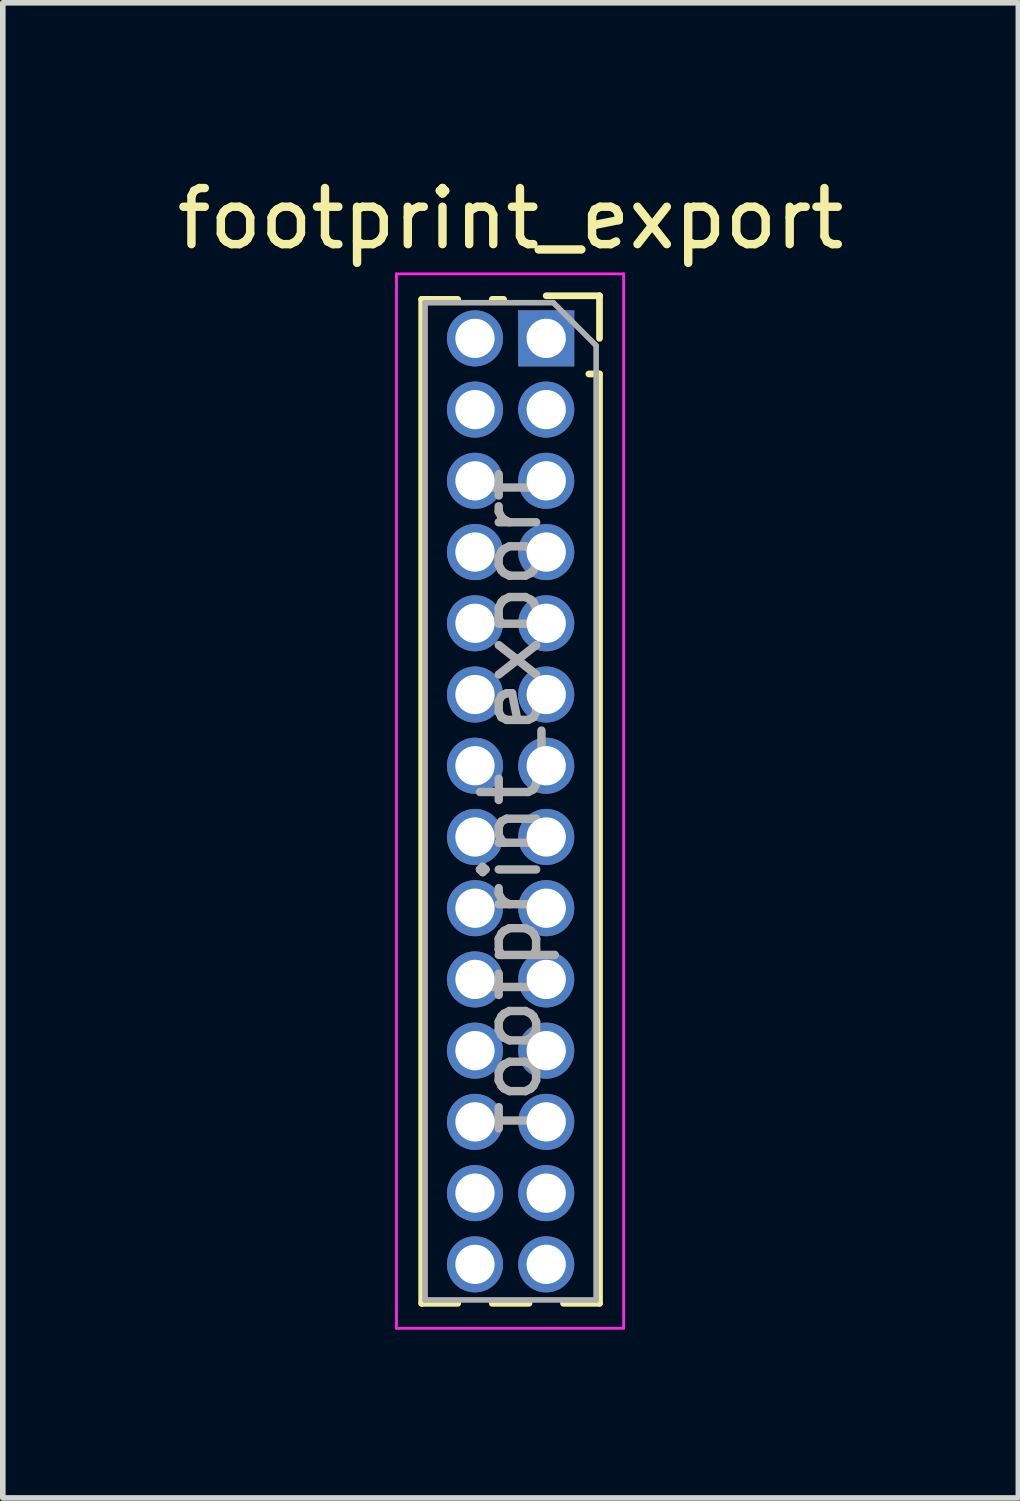
<source format=kicad_pcb>
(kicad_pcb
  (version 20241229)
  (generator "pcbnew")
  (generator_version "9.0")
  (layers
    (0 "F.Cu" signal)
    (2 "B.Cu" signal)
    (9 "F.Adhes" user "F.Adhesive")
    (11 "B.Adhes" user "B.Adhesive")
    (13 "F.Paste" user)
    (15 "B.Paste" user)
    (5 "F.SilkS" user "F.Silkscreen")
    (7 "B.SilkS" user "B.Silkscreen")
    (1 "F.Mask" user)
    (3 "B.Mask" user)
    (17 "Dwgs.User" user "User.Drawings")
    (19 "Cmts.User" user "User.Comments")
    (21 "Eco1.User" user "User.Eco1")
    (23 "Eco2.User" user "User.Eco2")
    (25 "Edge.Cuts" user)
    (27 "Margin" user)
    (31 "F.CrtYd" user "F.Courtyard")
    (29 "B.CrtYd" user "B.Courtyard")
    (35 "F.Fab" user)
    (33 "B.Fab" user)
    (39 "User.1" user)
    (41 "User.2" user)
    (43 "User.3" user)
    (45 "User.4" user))
  (footprint "footprint_export"
    (layer "F.Cu")
    (at 6.689 2.983)
    (property "Reference" "footprint_export" (at -0.635 -2.135 0) (layer "F.SilkS") (effects (font (size 1 1) (thickness 0.15))))
    (attr through_hole)
    (fp_line (start -2.22 -0.695) (end -2.22 17.205) (stroke (width 0.12) (type solid)) (layer "F.SilkS"))
    (fp_line (start -2.22 -0.695) (end -1.578 -0.695) (stroke (width 0.12) (type solid)) (layer "F.SilkS"))
    (fp_line (start -2.22 17.205) (end -1.578 17.205) (stroke (width 0.12) (type solid)) (layer "F.SilkS"))
    (fp_line (start -0.962 -0.695) (end -0.76 -0.695) (stroke (width 0.12) (type solid)) (layer "F.SilkS"))
    (fp_line (start -0.962 17.205) (end -0.308 17.205) (stroke (width 0.12) (type solid)) (layer "F.SilkS"))
    (fp_line (start 0 -0.76) (end 0.95 -0.76) (stroke (width 0.12) (type solid)) (layer "F.SilkS"))
    (fp_line (start 0.308 17.205) (end 0.95 17.205) (stroke (width 0.12) (type solid)) (layer "F.SilkS"))
    (fp_line (start 0.76 0.635) (end 0.95 0.635) (stroke (width 0.12) (type solid)) (layer "F.SilkS"))
    (fp_line (start 0.95 -0.76) (end 0.95 0) (stroke (width 0.12) (type solid)) (layer "F.SilkS"))
    (fp_line (start 0.95 0.635) (end 0.95 17.205) (stroke (width 0.12) (type solid)) (layer "F.SilkS"))
    (fp_line (start -2.67 -1.15) (end 1.38 -1.15) (stroke (width 0.05) (type solid)) (layer "F.CrtYd"))
    (fp_line (start -2.67 17.65) (end -2.67 -1.15) (stroke (width 0.05) (type solid)) (layer "F.CrtYd"))
    (fp_line (start 1.38 -1.15) (end 1.38 17.65) (stroke (width 0.05) (type solid)) (layer "F.CrtYd"))
    (fp_line (start 1.38 17.65) (end -2.67 17.65) (stroke (width 0.05) (type solid)) (layer "F.CrtYd"))
    (fp_line (start -2.16 -0.635) (end 0.128 -0.635) (stroke (width 0.1) (type solid)) (layer "F.Fab"))
    (fp_line (start -2.16 17.145) (end -2.16 -0.635) (stroke (width 0.1) (type solid)) (layer "F.Fab"))
    (fp_line (start 0.128 -0.635) (end 0.89 0.128) (stroke (width 0.1) (type solid)) (layer "F.Fab"))
    (fp_line (start 0.89 0.128) (end 0.89 17.145) (stroke (width 0.1) (type solid)) (layer "F.Fab"))
    (fp_line (start 0.89 17.145) (end -2.16 17.145) (stroke (width 0.1) (type solid)) (layer "F.Fab"))
    (fp_text user "${REFERENCE}" (at -0.635 8.255 90) (layer "F.Fab") (effects (font (size 1 1) (thickness 0.15))))
    (pad "1" thru_hole rect (at 0 0) (size 1 1) (drill 0.7) (layers "*.Cu" "*.Mask"))
    (pad "2" thru_hole oval (at -1.27 0) (size 1 1) (drill 0.7) (layers "*.Cu" "*.Mask"))
    (pad "3" thru_hole oval (at 0 1.27) (size 1 1) (drill 0.7) (layers "*.Cu" "*.Mask"))
    (pad "4" thru_hole oval (at -1.27 1.27) (size 1 1) (drill 0.7) (layers "*.Cu" "*.Mask"))
    (pad "5" thru_hole oval (at 0 2.54) (size 1 1) (drill 0.7) (layers "*.Cu" "*.Mask"))
    (pad "6" thru_hole oval (at -1.27 2.54) (size 1 1) (drill 0.7) (layers "*.Cu" "*.Mask"))
    (pad "7" thru_hole oval (at 0 3.81) (size 1 1) (drill 0.7) (layers "*.Cu" "*.Mask"))
    (pad "8" thru_hole oval (at -1.27 3.81) (size 1 1) (drill 0.7) (layers "*.Cu" "*.Mask"))
    (pad "9" thru_hole oval (at 0 5.08) (size 1 1) (drill 0.7) (layers "*.Cu" "*.Mask"))
    (pad "10" thru_hole oval (at -1.27 5.08) (size 1 1) (drill 0.7) (layers "*.Cu" "*.Mask"))
    (pad "11" thru_hole oval (at 0 6.35) (size 1 1) (drill 0.7) (layers "*.Cu" "*.Mask"))
    (pad "12" thru_hole oval (at -1.27 6.35) (size 1 1) (drill 0.7) (layers "*.Cu" "*.Mask"))
    (pad "13" thru_hole oval (at 0 7.62) (size 1 1) (drill 0.7) (layers "*.Cu" "*.Mask"))
    (pad "14" thru_hole oval (at -1.27 7.62) (size 1 1) (drill 0.7) (layers "*.Cu" "*.Mask"))
    (pad "15" thru_hole oval (at 0 8.89) (size 1 1) (drill 0.7) (layers "*.Cu" "*.Mask"))
    (pad "16" thru_hole oval (at -1.27 8.89) (size 1 1) (drill 0.7) (layers "*.Cu" "*.Mask"))
    (pad "17" thru_hole oval (at 0 10.16) (size 1 1) (drill 0.7) (layers "*.Cu" "*.Mask"))
    (pad "18" thru_hole oval (at -1.27 10.16) (size 1 1) (drill 0.7) (layers "*.Cu" "*.Mask"))
    (pad "19" thru_hole oval (at 0 11.43) (size 1 1) (drill 0.7) (layers "*.Cu" "*.Mask"))
    (pad "20" thru_hole oval (at -1.27 11.43) (size 1 1) (drill 0.7) (layers "*.Cu" "*.Mask"))
    (pad "21" thru_hole oval (at 0 12.7) (size 1 1) (drill 0.7) (layers "*.Cu" "*.Mask"))
    (pad "22" thru_hole oval (at -1.27 12.7) (size 1 1) (drill 0.7) (layers "*.Cu" "*.Mask"))
    (pad "23" thru_hole oval (at 0 13.97) (size 1 1) (drill 0.7) (layers "*.Cu" "*.Mask"))
    (pad "24" thru_hole oval (at -1.27 13.97) (size 1 1) (drill 0.7) (layers "*.Cu" "*.Mask"))
    (pad "25" thru_hole oval (at 0 15.24) (size 1 1) (drill 0.7) (layers "*.Cu" "*.Mask"))
    (pad "26" thru_hole oval (at -1.27 15.24) (size 1 1) (drill 0.7) (layers "*.Cu" "*.Mask"))
    (pad "27" thru_hole oval (at 0 16.51) (size 1 1) (drill 0.7) (layers "*.Cu" "*.Mask"))
    (pad "28" thru_hole oval (at -1.27 16.51) (size 1 1) (drill 0.7) (layers "*.Cu" "*.Mask")))
  (gr_rect
    (start -3 -3)
    (end 15.107 23.658)
    (stroke (width 0.1) (type default))
    (fill no)
    (layer "Edge.Cuts")))
</source>
